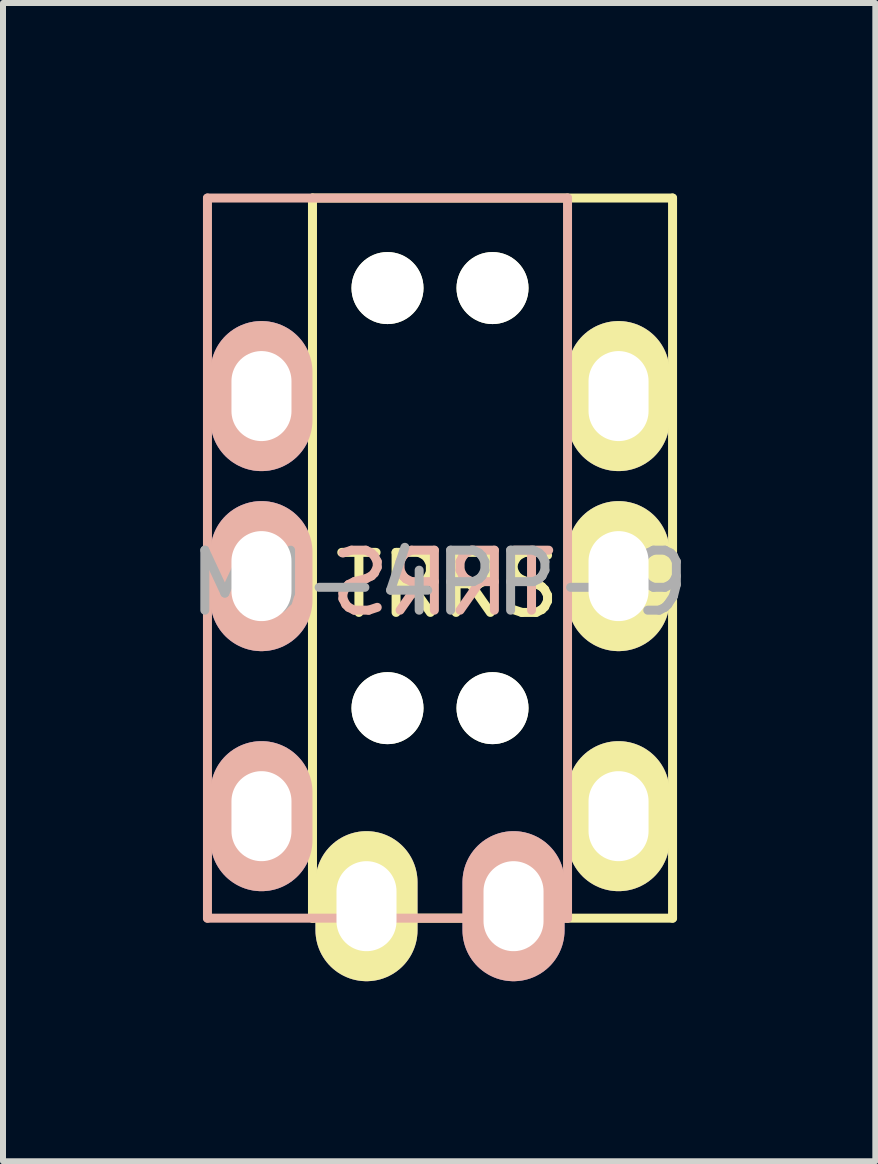
<source format=kicad_pcb>
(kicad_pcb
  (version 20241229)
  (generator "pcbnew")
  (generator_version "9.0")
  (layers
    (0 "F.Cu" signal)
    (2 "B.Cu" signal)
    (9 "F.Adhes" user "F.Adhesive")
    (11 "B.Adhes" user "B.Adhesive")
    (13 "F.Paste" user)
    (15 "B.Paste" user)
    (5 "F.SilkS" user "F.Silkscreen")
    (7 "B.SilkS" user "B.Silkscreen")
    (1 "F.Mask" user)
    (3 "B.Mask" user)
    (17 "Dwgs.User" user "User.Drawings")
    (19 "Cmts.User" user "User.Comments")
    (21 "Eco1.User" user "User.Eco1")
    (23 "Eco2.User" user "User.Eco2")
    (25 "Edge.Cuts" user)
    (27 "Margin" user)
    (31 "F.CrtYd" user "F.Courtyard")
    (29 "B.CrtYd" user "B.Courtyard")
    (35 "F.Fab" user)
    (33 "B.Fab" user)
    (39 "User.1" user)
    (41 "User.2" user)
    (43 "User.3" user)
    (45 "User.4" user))
  (footprint "MJ-4PP-9"
    (layer "F.Cu")
    (at 5.157 0.25)
    (property "Reference" "MJ-4PP-9" (at -0.889 6.413 0) (layer "F.Fab") (effects (font (size 1 1) (thickness 0.15))))
    (attr through_hole)
    (fp_line (start -3 0) (end 3 0) (stroke (width 0.15) (type solid)) (layer "F.SilkS"))
    (fp_line (start -3 12) (end -3 0) (stroke (width 0.15) (type solid)) (layer "F.SilkS"))
    (fp_line (start 3 0) (end 3 12) (stroke (width 0.15) (type solid)) (layer "F.SilkS"))
    (fp_line (start 3 12) (end -3 12) (stroke (width 0.15) (type solid)) (layer "F.SilkS"))
    (fp_line (start -4.75 0) (end 1.25 0) (stroke (width 0.15) (type solid)) (layer "B.SilkS"))
    (fp_line (start -4.75 12) (end -4.75 0) (stroke (width 0.15) (type solid)) (layer "B.SilkS"))
    (fp_line (start 1.25 0) (end 1.25 12) (stroke (width 0.15) (type solid)) (layer "B.SilkS"))
    (fp_line (start 1.25 12) (end -4.75 12) (stroke (width 0.15) (type solid)) (layer "B.SilkS"))
    (fp_text user "TRRS" (at -0.75 6.45 0) (layer "F.SilkS") (effects (font (size 1 1) (thickness 0.15))))
    (fp_text user "TRRS" (at -0.826 6.413 0) (layer "B.SilkS") (effects (font (size 1 1) (thickness 0.15)) (justify mirror)))
    (pad "" np_thru_hole circle (at -1.75 1.5) (size 1.2 1.2) (drill 1.2) (layers "*.Cu" "*.Mask" "F.SilkS"))
    (pad "" np_thru_hole circle (at -1.75 8.5) (size 1.2 1.2) (drill 1.2) (layers "*.Cu" "*.Mask" "F.SilkS"))
    (pad "" np_thru_hole circle (at 0 1.5) (size 1.2 1.2) (drill 1.2) (layers "*.Cu" "*.Mask" "F.SilkS"))
    (pad "" np_thru_hole circle (at 0 8.5) (size 1.2 1.2) (drill 1.2) (layers "*.Cu" "*.Mask" "F.SilkS"))
    (pad "1" thru_hole oval (at -3.85 10.3) (size 1.7 2.5) (drill oval 1 1.5) (layers "*.Cu" "*.Mask" "B.SilkS"))
    (pad "1" thru_hole oval (at 2.1 10.3) (size 1.7 2.5) (drill oval 1 1.5) (layers "*.Cu" "*.Mask" "F.SilkS"))
    (pad "2" thru_hole oval (at -3.85 6.3) (size 1.7 2.5) (drill oval 1 1.5) (layers "*.Cu" "*.Mask" "B.SilkS"))
    (pad "2" thru_hole oval (at 2.1 6.3) (size 1.7 2.5) (drill oval 1 1.5) (layers "*.Cu" "*.Mask" "F.SilkS"))
    (pad "3" thru_hole oval (at -2.1 11.8) (size 1.7 2.5) (drill oval 1 1.5) (layers "*.Cu" "*.Mask" "F.SilkS"))
    (pad "3" thru_hole oval (at 0.35 11.8) (size 1.7 2.5) (drill oval 1 1.5) (layers "*.Cu" "*.Mask" "B.SilkS"))
    (pad "4" thru_hole oval (at -3.85 3.3) (size 1.7 2.5) (drill oval 1 1.5) (layers "*.Cu" "*.Mask" "B.SilkS"))
    (pad "4" thru_hole oval (at 2.1 3.3) (size 1.7 2.5) (drill oval 1 1.5) (layers "*.Cu" "*.Mask" "F.SilkS")))
  (gr_rect
    (start -3 -3)
    (end 11.536 16.3)
    (stroke (width 0.1) (type default))
    (fill no)
    (layer "Edge.Cuts")))
</source>
